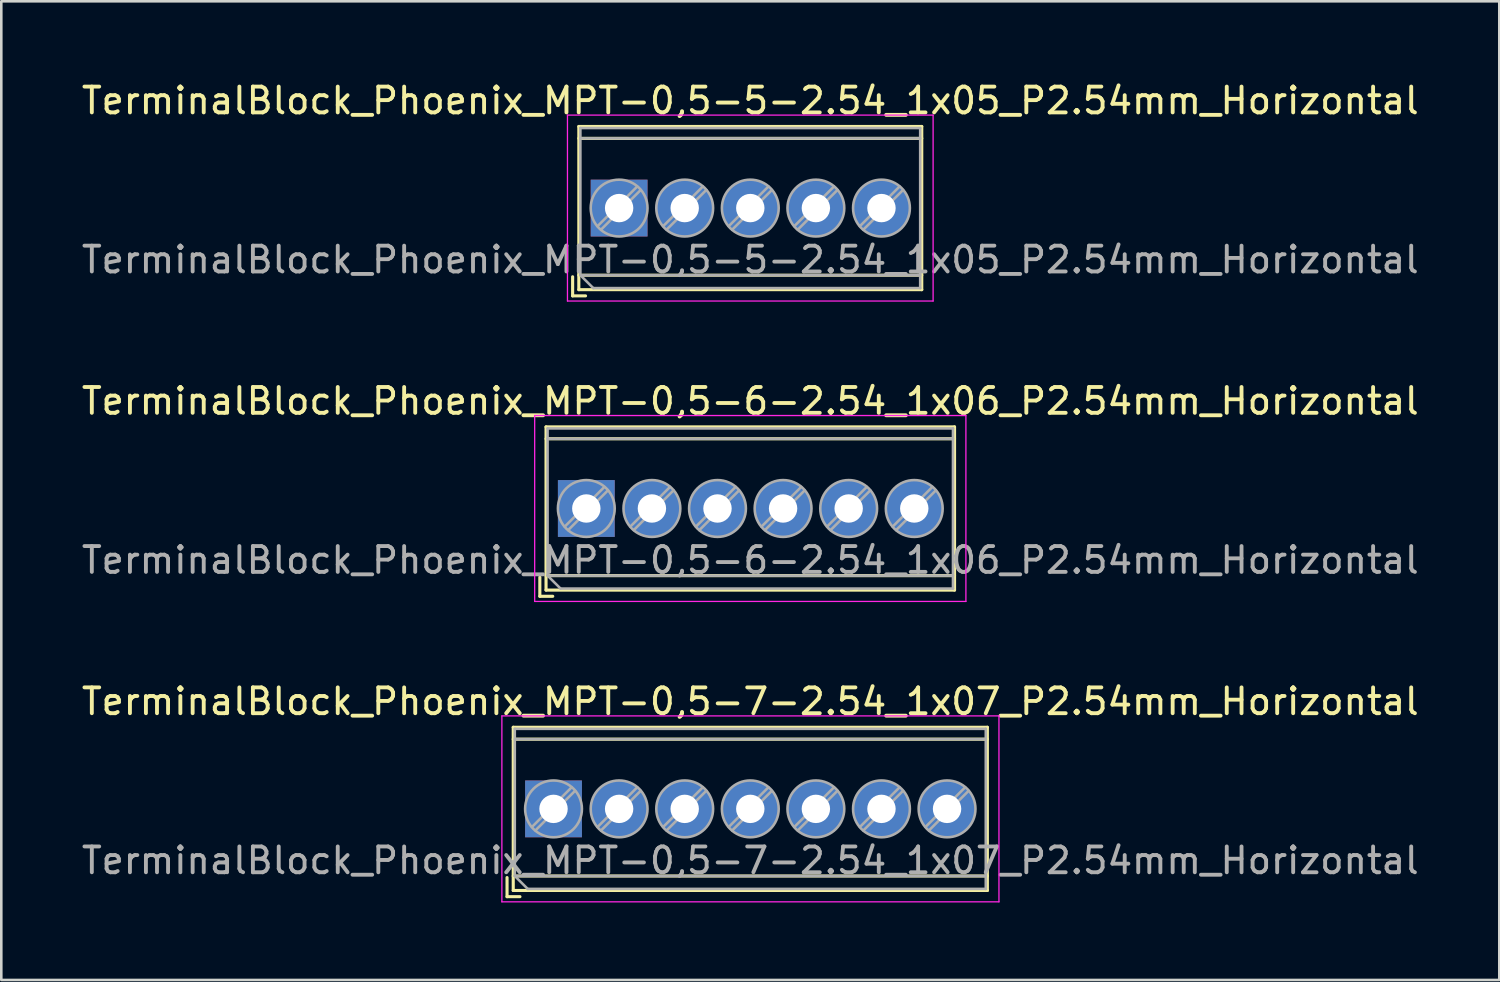
<source format=kicad_pcb>
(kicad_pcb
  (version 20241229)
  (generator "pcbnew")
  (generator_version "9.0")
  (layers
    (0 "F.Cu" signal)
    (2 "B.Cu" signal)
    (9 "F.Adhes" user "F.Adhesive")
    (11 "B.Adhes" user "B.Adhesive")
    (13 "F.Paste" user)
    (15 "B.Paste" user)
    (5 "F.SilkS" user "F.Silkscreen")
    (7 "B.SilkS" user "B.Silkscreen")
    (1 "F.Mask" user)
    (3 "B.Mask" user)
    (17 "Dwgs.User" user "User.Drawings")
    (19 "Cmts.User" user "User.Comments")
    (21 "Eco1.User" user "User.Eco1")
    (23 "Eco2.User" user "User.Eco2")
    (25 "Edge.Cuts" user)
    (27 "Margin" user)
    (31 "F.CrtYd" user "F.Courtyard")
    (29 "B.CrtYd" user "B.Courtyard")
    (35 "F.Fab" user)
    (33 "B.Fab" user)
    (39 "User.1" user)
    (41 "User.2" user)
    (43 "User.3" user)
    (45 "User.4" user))
  (footprint "TerminalBlock_Phoenix_MPT-0,5-7-2.54_1x07_P2.54mm_Horizontal"
    (layer "F.Cu")
    (at 18.386 28.275)
    (property "Reference" "TerminalBlock_Phoenix_MPT-0,5-7-2.54_1x07_P2.54mm_Horizontal" (at 7.62 -4.16 0) (layer "F.SilkS") (effects (font (size 1 1) (thickness 0.15))))
    (attr through_hole)
    (fp_line (start -1.8 2.66) (end -1.8 3.4) (stroke (width 0.12) (type solid)) (layer "F.SilkS"))
    (fp_line (start -1.8 3.4) (end -1.3 3.4) (stroke (width 0.12) (type solid)) (layer "F.SilkS"))
    (fp_line (start -1.56 -3.16) (end -1.56 3.16) (stroke (width 0.12) (type solid)) (layer "F.SilkS"))
    (fp_line (start -1.56 -3.16) (end 16.801 -3.16) (stroke (width 0.12) (type solid)) (layer "F.SilkS"))
    (fp_line (start -1.56 -2.7) (end 16.801 -2.7) (stroke (width 0.12) (type solid)) (layer "F.SilkS"))
    (fp_line (start -1.56 2.6) (end 16.801 2.6) (stroke (width 0.12) (type solid)) (layer "F.SilkS"))
    (fp_line (start -1.56 3.16) (end 16.801 3.16) (stroke (width 0.12) (type solid)) (layer "F.SilkS"))
    (fp_line (start 16.801 -3.16) (end 16.801 3.16) (stroke (width 0.12) (type solid)) (layer "F.SilkS"))
    (fp_line (start -2 -3.6) (end -2 3.6) (stroke (width 0.05) (type solid)) (layer "F.CrtYd"))
    (fp_line (start -2 3.6) (end 17.25 3.6) (stroke (width 0.05) (type solid)) (layer "F.CrtYd"))
    (fp_line (start 17.25 -3.6) (end -2 -3.6) (stroke (width 0.05) (type solid)) (layer "F.CrtYd"))
    (fp_line (start 17.25 3.6) (end 17.25 -3.6) (stroke (width 0.05) (type solid)) (layer "F.CrtYd"))
    (fp_line (start -1.5 -3.1) (end 16.74 -3.1) (stroke (width 0.1) (type solid)) (layer "F.Fab"))
    (fp_line (start -1.5 -2.7) (end 16.74 -2.7) (stroke (width 0.1) (type solid)) (layer "F.Fab"))
    (fp_line (start -1.5 2.6) (end -1.5 -3.1) (stroke (width 0.1) (type solid)) (layer "F.Fab"))
    (fp_line (start -1.5 2.6) (end 16.74 2.6) (stroke (width 0.1) (type solid)) (layer "F.Fab"))
    (fp_line (start -1 3.1) (end -1.5 2.6) (stroke (width 0.1) (type solid)) (layer "F.Fab"))
    (fp_line (start 0.701 -0.835) (end -0.835 0.7) (stroke (width 0.1) (type solid)) (layer "F.Fab"))
    (fp_line (start 0.835 -0.7) (end -0.701 0.835) (stroke (width 0.1) (type solid)) (layer "F.Fab"))
    (fp_line (start 3.241 -0.835) (end 1.706 0.7) (stroke (width 0.1) (type solid)) (layer "F.Fab"))
    (fp_line (start 3.375 -0.7) (end 1.84 0.835) (stroke (width 0.1) (type solid)) (layer "F.Fab"))
    (fp_line (start 5.781 -0.835) (end 4.246 0.7) (stroke (width 0.1) (type solid)) (layer "F.Fab"))
    (fp_line (start 5.915 -0.7) (end 4.38 0.835) (stroke (width 0.1) (type solid)) (layer "F.Fab"))
    (fp_line (start 8.321 -0.835) (end 6.786 0.7) (stroke (width 0.1) (type solid)) (layer "F.Fab"))
    (fp_line (start 8.455 -0.7) (end 6.92 0.835) (stroke (width 0.1) (type solid)) (layer "F.Fab"))
    (fp_line (start 10.861 -0.835) (end 9.326 0.7) (stroke (width 0.1) (type solid)) (layer "F.Fab"))
    (fp_line (start 10.995 -0.7) (end 9.46 0.835) (stroke (width 0.1) (type solid)) (layer "F.Fab"))
    (fp_line (start 13.401 -0.835) (end 11.866 0.7) (stroke (width 0.1) (type solid)) (layer "F.Fab"))
    (fp_line (start 13.535 -0.7) (end 12 0.835) (stroke (width 0.1) (type solid)) (layer "F.Fab"))
    (fp_line (start 15.941 -0.835) (end 14.406 0.7) (stroke (width 0.1) (type solid)) (layer "F.Fab"))
    (fp_line (start 16.075 -0.7) (end 14.54 0.835) (stroke (width 0.1) (type solid)) (layer "F.Fab"))
    (fp_line (start 16.74 -3.1) (end 16.74 3.1) (stroke (width 0.1) (type solid)) (layer "F.Fab"))
    (fp_line (start 16.74 3.1) (end -1 3.1) (stroke (width 0.1) (type solid)) (layer "F.Fab"))
    (fp_circle (center 0 0) (end 1.1 0) (stroke (width 0.1) (type solid)) (fill no) (layer "F.Fab"))
    (fp_circle (center 2.54 0) (end 3.64 0) (stroke (width 0.1) (type solid)) (fill no) (layer "F.Fab"))
    (fp_circle (center 5.08 0) (end 6.18 0) (stroke (width 0.1) (type solid)) (fill no) (layer "F.Fab"))
    (fp_circle (center 7.62 0) (end 8.72 0) (stroke (width 0.1) (type solid)) (fill no) (layer "F.Fab"))
    (fp_circle (center 10.16 0) (end 11.26 0) (stroke (width 0.1) (type solid)) (fill no) (layer "F.Fab"))
    (fp_circle (center 12.7 0) (end 13.8 0) (stroke (width 0.1) (type solid)) (fill no) (layer "F.Fab"))
    (fp_circle (center 15.24 0) (end 16.34 0) (stroke (width 0.1) (type solid)) (fill no) (layer "F.Fab"))
    (fp_text user "${REFERENCE}" (at 7.62 2 0) (layer "F.Fab") (effects (font (size 1 1) (thickness 0.15))))
    (pad "1" thru_hole rect (at 0 0) (size 2.2 2.2) (drill 1.1) (layers "*.Cu" "*.Mask"))
    (pad "2" thru_hole circle (at 2.54 0) (size 2.2 2.2) (drill 1.1) (layers "*.Cu" "*.Mask"))
    (pad "3" thru_hole circle (at 5.08 0) (size 2.2 2.2) (drill 1.1) (layers "*.Cu" "*.Mask"))
    (pad "4" thru_hole circle (at 7.62 0) (size 2.2 2.2) (drill 1.1) (layers "*.Cu" "*.Mask"))
    (pad "5" thru_hole circle (at 10.16 0) (size 2.2 2.2) (drill 1.1) (layers "*.Cu" "*.Mask"))
    (pad "6" thru_hole circle (at 12.7 0) (size 2.2 2.2) (drill 1.1) (layers "*.Cu" "*.Mask"))
    (pad "7" thru_hole circle (at 15.24 0) (size 2.2 2.2) (drill 1.1) (layers "*.Cu" "*.Mask")))
  (footprint "TerminalBlock_Phoenix_MPT-0,5-6-2.54_1x06_P2.54mm_Horizontal"
    (layer "F.Cu")
    (at 19.656 16.642)
    (property "Reference" "TerminalBlock_Phoenix_MPT-0,5-6-2.54_1x06_P2.54mm_Horizontal" (at 6.35 -4.16 0) (layer "F.SilkS") (effects (font (size 1 1) (thickness 0.15))))
    (attr through_hole)
    (fp_line (start -1.8 2.66) (end -1.8 3.4) (stroke (width 0.12) (type solid)) (layer "F.SilkS"))
    (fp_line (start -1.8 3.4) (end -1.3 3.4) (stroke (width 0.12) (type solid)) (layer "F.SilkS"))
    (fp_line (start -1.56 -3.16) (end -1.56 3.16) (stroke (width 0.12) (type solid)) (layer "F.SilkS"))
    (fp_line (start -1.56 -3.16) (end 14.26 -3.16) (stroke (width 0.12) (type solid)) (layer "F.SilkS"))
    (fp_line (start -1.56 -2.7) (end 14.26 -2.7) (stroke (width 0.12) (type solid)) (layer "F.SilkS"))
    (fp_line (start -1.56 2.6) (end 14.26 2.6) (stroke (width 0.12) (type solid)) (layer "F.SilkS"))
    (fp_line (start -1.56 3.16) (end 14.26 3.16) (stroke (width 0.12) (type solid)) (layer "F.SilkS"))
    (fp_line (start 14.26 -3.16) (end 14.26 3.16) (stroke (width 0.12) (type solid)) (layer "F.SilkS"))
    (fp_line (start -2 -3.6) (end -2 3.6) (stroke (width 0.05) (type solid)) (layer "F.CrtYd"))
    (fp_line (start -2 3.6) (end 14.7 3.6) (stroke (width 0.05) (type solid)) (layer "F.CrtYd"))
    (fp_line (start 14.7 -3.6) (end -2 -3.6) (stroke (width 0.05) (type solid)) (layer "F.CrtYd"))
    (fp_line (start 14.7 3.6) (end 14.7 -3.6) (stroke (width 0.05) (type solid)) (layer "F.CrtYd"))
    (fp_line (start -1.5 -3.1) (end 14.2 -3.1) (stroke (width 0.1) (type solid)) (layer "F.Fab"))
    (fp_line (start -1.5 -2.7) (end 14.2 -2.7) (stroke (width 0.1) (type solid)) (layer "F.Fab"))
    (fp_line (start -1.5 2.6) (end -1.5 -3.1) (stroke (width 0.1) (type solid)) (layer "F.Fab"))
    (fp_line (start -1.5 2.6) (end 14.2 2.6) (stroke (width 0.1) (type solid)) (layer "F.Fab"))
    (fp_line (start -1 3.1) (end -1.5 2.6) (stroke (width 0.1) (type solid)) (layer "F.Fab"))
    (fp_line (start 0.701 -0.835) (end -0.835 0.7) (stroke (width 0.1) (type solid)) (layer "F.Fab"))
    (fp_line (start 0.835 -0.7) (end -0.701 0.835) (stroke (width 0.1) (type solid)) (layer "F.Fab"))
    (fp_line (start 3.241 -0.835) (end 1.706 0.7) (stroke (width 0.1) (type solid)) (layer "F.Fab"))
    (fp_line (start 3.375 -0.7) (end 1.84 0.835) (stroke (width 0.1) (type solid)) (layer "F.Fab"))
    (fp_line (start 5.781 -0.835) (end 4.246 0.7) (stroke (width 0.1) (type solid)) (layer "F.Fab"))
    (fp_line (start 5.915 -0.7) (end 4.38 0.835) (stroke (width 0.1) (type solid)) (layer "F.Fab"))
    (fp_line (start 8.321 -0.835) (end 6.786 0.7) (stroke (width 0.1) (type solid)) (layer "F.Fab"))
    (fp_line (start 8.455 -0.7) (end 6.92 0.835) (stroke (width 0.1) (type solid)) (layer "F.Fab"))
    (fp_line (start 10.861 -0.835) (end 9.326 0.7) (stroke (width 0.1) (type solid)) (layer "F.Fab"))
    (fp_line (start 10.995 -0.7) (end 9.46 0.835) (stroke (width 0.1) (type solid)) (layer "F.Fab"))
    (fp_line (start 13.401 -0.835) (end 11.866 0.7) (stroke (width 0.1) (type solid)) (layer "F.Fab"))
    (fp_line (start 13.535 -0.7) (end 12 0.835) (stroke (width 0.1) (type solid)) (layer "F.Fab"))
    (fp_line (start 14.2 -3.1) (end 14.2 3.1) (stroke (width 0.1) (type solid)) (layer "F.Fab"))
    (fp_line (start 14.2 3.1) (end -1 3.1) (stroke (width 0.1) (type solid)) (layer "F.Fab"))
    (fp_circle (center 0 0) (end 1.1 0) (stroke (width 0.1) (type solid)) (fill no) (layer "F.Fab"))
    (fp_circle (center 2.54 0) (end 3.64 0) (stroke (width 0.1) (type solid)) (fill no) (layer "F.Fab"))
    (fp_circle (center 5.08 0) (end 6.18 0) (stroke (width 0.1) (type solid)) (fill no) (layer "F.Fab"))
    (fp_circle (center 7.62 0) (end 8.72 0) (stroke (width 0.1) (type solid)) (fill no) (layer "F.Fab"))
    (fp_circle (center 10.16 0) (end 11.26 0) (stroke (width 0.1) (type solid)) (fill no) (layer "F.Fab"))
    (fp_circle (center 12.7 0) (end 13.8 0) (stroke (width 0.1) (type solid)) (fill no) (layer "F.Fab"))
    (fp_text user "${REFERENCE}" (at 6.35 2 0) (layer "F.Fab") (effects (font (size 1 1) (thickness 0.15))))
    (pad "1" thru_hole rect (at 0 0) (size 2.2 2.2) (drill 1.1) (layers "*.Cu" "*.Mask"))
    (pad "2" thru_hole circle (at 2.54 0) (size 2.2 2.2) (drill 1.1) (layers "*.Cu" "*.Mask"))
    (pad "3" thru_hole circle (at 5.08 0) (size 2.2 2.2) (drill 1.1) (layers "*.Cu" "*.Mask"))
    (pad "4" thru_hole circle (at 7.62 0) (size 2.2 2.2) (drill 1.1) (layers "*.Cu" "*.Mask"))
    (pad "5" thru_hole circle (at 10.16 0) (size 2.2 2.2) (drill 1.1) (layers "*.Cu" "*.Mask"))
    (pad "6" thru_hole circle (at 12.7 0) (size 2.2 2.2) (drill 1.1) (layers "*.Cu" "*.Mask")))
  (footprint "TerminalBlock_Phoenix_MPT-0,5-5-2.54_1x05_P2.54mm_Horizontal"
    (layer "F.Cu")
    (at 20.926 5.008)
    (property "Reference" "TerminalBlock_Phoenix_MPT-0,5-5-2.54_1x05_P2.54mm_Horizontal" (at 5.08 -4.16 0) (layer "F.SilkS") (effects (font (size 1 1) (thickness 0.15))))
    (attr through_hole)
    (fp_line (start -1.8 2.66) (end -1.8 3.4) (stroke (width 0.12) (type solid)) (layer "F.SilkS"))
    (fp_line (start -1.8 3.4) (end -1.3 3.4) (stroke (width 0.12) (type solid)) (layer "F.SilkS"))
    (fp_line (start -1.56 -3.16) (end -1.56 3.16) (stroke (width 0.12) (type solid)) (layer "F.SilkS"))
    (fp_line (start -1.56 -3.16) (end 11.72 -3.16) (stroke (width 0.12) (type solid)) (layer "F.SilkS"))
    (fp_line (start -1.56 -2.7) (end 11.72 -2.7) (stroke (width 0.12) (type solid)) (layer "F.SilkS"))
    (fp_line (start -1.56 2.6) (end 11.72 2.6) (stroke (width 0.12) (type solid)) (layer "F.SilkS"))
    (fp_line (start -1.56 3.16) (end 11.72 3.16) (stroke (width 0.12) (type solid)) (layer "F.SilkS"))
    (fp_line (start 11.72 -3.16) (end 11.72 3.16) (stroke (width 0.12) (type solid)) (layer "F.SilkS"))
    (fp_line (start -2 -3.6) (end -2 3.6) (stroke (width 0.05) (type solid)) (layer "F.CrtYd"))
    (fp_line (start -2 3.6) (end 12.16 3.6) (stroke (width 0.05) (type solid)) (layer "F.CrtYd"))
    (fp_line (start 12.16 -3.6) (end -2 -3.6) (stroke (width 0.05) (type solid)) (layer "F.CrtYd"))
    (fp_line (start 12.16 3.6) (end 12.16 -3.6) (stroke (width 0.05) (type solid)) (layer "F.CrtYd"))
    (fp_line (start -1.5 -3.1) (end 11.66 -3.1) (stroke (width 0.1) (type solid)) (layer "F.Fab"))
    (fp_line (start -1.5 -2.7) (end 11.66 -2.7) (stroke (width 0.1) (type solid)) (layer "F.Fab"))
    (fp_line (start -1.5 2.6) (end -1.5 -3.1) (stroke (width 0.1) (type solid)) (layer "F.Fab"))
    (fp_line (start -1.5 2.6) (end 11.66 2.6) (stroke (width 0.1) (type solid)) (layer "F.Fab"))
    (fp_line (start -1 3.1) (end -1.5 2.6) (stroke (width 0.1) (type solid)) (layer "F.Fab"))
    (fp_line (start 0.701 -0.835) (end -0.835 0.7) (stroke (width 0.1) (type solid)) (layer "F.Fab"))
    (fp_line (start 0.835 -0.7) (end -0.701 0.835) (stroke (width 0.1) (type solid)) (layer "F.Fab"))
    (fp_line (start 3.241 -0.835) (end 1.706 0.7) (stroke (width 0.1) (type solid)) (layer "F.Fab"))
    (fp_line (start 3.375 -0.7) (end 1.84 0.835) (stroke (width 0.1) (type solid)) (layer "F.Fab"))
    (fp_line (start 5.781 -0.835) (end 4.246 0.7) (stroke (width 0.1) (type solid)) (layer "F.Fab"))
    (fp_line (start 5.915 -0.7) (end 4.38 0.835) (stroke (width 0.1) (type solid)) (layer "F.Fab"))
    (fp_line (start 8.321 -0.835) (end 6.786 0.7) (stroke (width 0.1) (type solid)) (layer "F.Fab"))
    (fp_line (start 8.455 -0.7) (end 6.92 0.835) (stroke (width 0.1) (type solid)) (layer "F.Fab"))
    (fp_line (start 10.861 -0.835) (end 9.326 0.7) (stroke (width 0.1) (type solid)) (layer "F.Fab"))
    (fp_line (start 10.995 -0.7) (end 9.46 0.835) (stroke (width 0.1) (type solid)) (layer "F.Fab"))
    (fp_line (start 11.66 -3.1) (end 11.66 3.1) (stroke (width 0.1) (type solid)) (layer "F.Fab"))
    (fp_line (start 11.66 3.1) (end -1 3.1) (stroke (width 0.1) (type solid)) (layer "F.Fab"))
    (fp_circle (center 0 0) (end 1.1 0) (stroke (width 0.1) (type solid)) (fill no) (layer "F.Fab"))
    (fp_circle (center 2.54 0) (end 3.64 0) (stroke (width 0.1) (type solid)) (fill no) (layer "F.Fab"))
    (fp_circle (center 5.08 0) (end 6.18 0) (stroke (width 0.1) (type solid)) (fill no) (layer "F.Fab"))
    (fp_circle (center 7.62 0) (end 8.72 0) (stroke (width 0.1) (type solid)) (fill no) (layer "F.Fab"))
    (fp_circle (center 10.16 0) (end 11.26 0) (stroke (width 0.1) (type solid)) (fill no) (layer "F.Fab"))
    (fp_text user "${REFERENCE}" (at 5.08 2 0) (layer "F.Fab") (effects (font (size 1 1) (thickness 0.15))))
    (pad "1" thru_hole rect (at 0 0) (size 2.2 2.2) (drill 1.1) (layers "*.Cu" "*.Mask"))
    (pad "2" thru_hole circle (at 2.54 0) (size 2.2 2.2) (drill 1.1) (layers "*.Cu" "*.Mask"))
    (pad "3" thru_hole circle (at 5.08 0) (size 2.2 2.2) (drill 1.1) (layers "*.Cu" "*.Mask"))
    (pad "4" thru_hole circle (at 7.62 0) (size 2.2 2.2) (drill 1.1) (layers "*.Cu" "*.Mask"))
    (pad "5" thru_hole circle (at 10.16 0) (size 2.2 2.2) (drill 1.1) (layers "*.Cu" "*.Mask")))
  (gr_rect
    (start -3 -3)
    (end 55.012 34.9)
    (stroke (width 0.1) (type default))
    (fill no)
    (layer "Edge.Cuts")))
</source>
